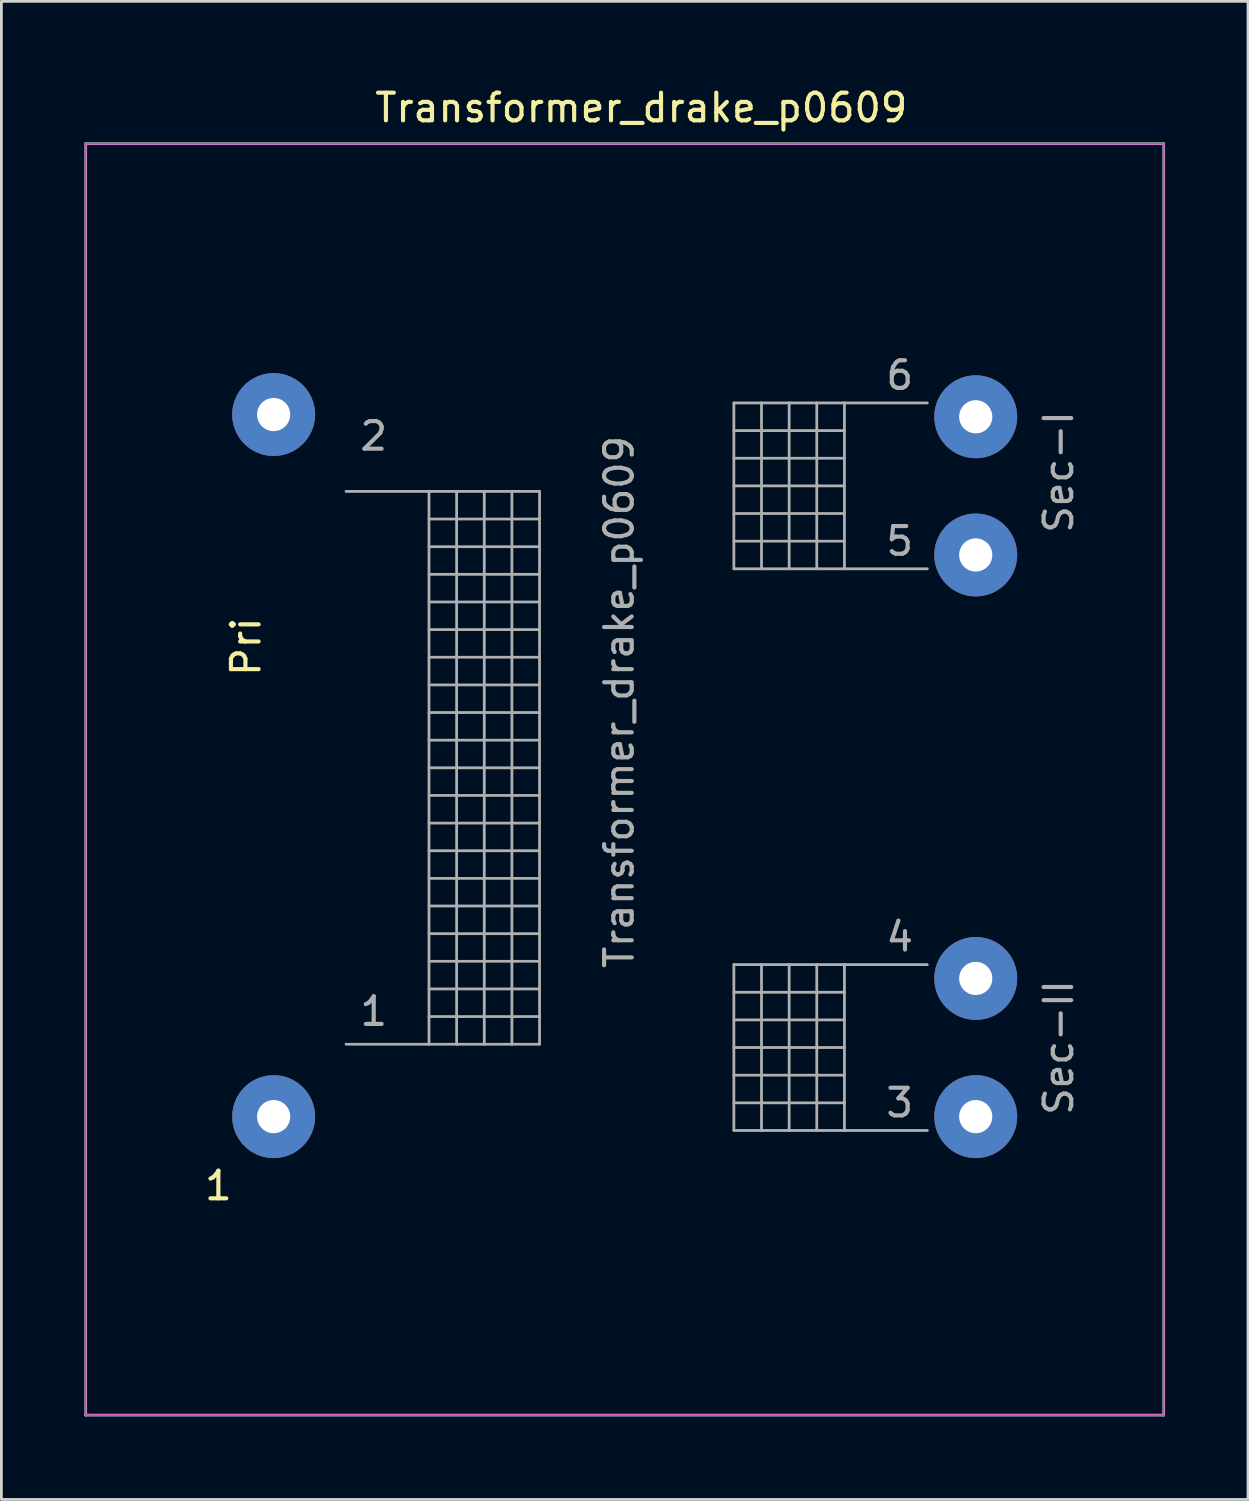
<source format=kicad_pcb>
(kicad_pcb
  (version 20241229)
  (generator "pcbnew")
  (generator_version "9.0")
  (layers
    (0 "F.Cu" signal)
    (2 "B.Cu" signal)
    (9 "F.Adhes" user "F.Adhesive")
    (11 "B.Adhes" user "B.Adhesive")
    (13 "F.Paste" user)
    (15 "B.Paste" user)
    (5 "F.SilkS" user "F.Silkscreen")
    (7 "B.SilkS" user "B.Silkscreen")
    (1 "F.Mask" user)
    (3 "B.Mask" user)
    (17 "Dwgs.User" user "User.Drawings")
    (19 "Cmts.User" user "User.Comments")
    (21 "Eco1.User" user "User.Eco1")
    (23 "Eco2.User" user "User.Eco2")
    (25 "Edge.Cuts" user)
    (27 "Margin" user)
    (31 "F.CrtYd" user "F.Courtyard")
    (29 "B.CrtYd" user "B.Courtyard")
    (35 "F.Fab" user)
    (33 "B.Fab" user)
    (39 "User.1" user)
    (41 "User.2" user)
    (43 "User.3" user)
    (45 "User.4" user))
  (footprint "Transformer_drake_p0609"
    (layer "F.Cu")
    (at 6.85 37.348)
    (property "Reference" "Transformer_drake_p0609" (at 13.3 -36.5 0) (layer "F.SilkS") (effects (font (size 1 1) (thickness 0.15))))
    (attr through_hole)
    (fp_line (start -6.8 -35.2) (end -6.8 10.8) (stroke (width 0.05) (type solid)) (layer "F.CrtYd"))
    (fp_line (start 32.2 -35.2) (end -6.8 -35.2) (stroke (width 0.05) (type solid)) (layer "F.CrtYd"))
    (fp_line (start 32.2 -35.2) (end 32.2 10.8) (stroke (width 0.05) (type solid)) (layer "F.CrtYd"))
    (fp_line (start 32.2 10.8) (end -6.8 10.8) (stroke (width 0.05) (type solid)) (layer "F.CrtYd"))
    (fp_line (start -6.8 10.8) (end -6.8 -35.2) (stroke (width 0.1) (type solid)) (layer "F.Fab"))
    (fp_line (start 2.62 -22.62) (end 5.62 -22.62) (stroke (width 0.1) (type solid)) (layer "F.Fab"))
    (fp_line (start 5.62 -22.62) (end 5.62 -2.62) (stroke (width 0.1) (type solid)) (layer "F.Fab"))
    (fp_line (start 5.62 -22.62) (end 9.62 -22.62) (stroke (width 0.1) (type solid)) (layer "F.Fab"))
    (fp_line (start 5.62 -21.62) (end 9.62 -21.62) (stroke (width 0.1) (type solid)) (layer "F.Fab"))
    (fp_line (start 5.62 -20.62) (end 9.62 -20.62) (stroke (width 0.1) (type solid)) (layer "F.Fab"))
    (fp_line (start 5.62 -19.62) (end 9.62 -19.62) (stroke (width 0.1) (type solid)) (layer "F.Fab"))
    (fp_line (start 5.62 -18.62) (end 9.62 -18.62) (stroke (width 0.1) (type solid)) (layer "F.Fab"))
    (fp_line (start 5.62 -16.62) (end 9.62 -16.62) (stroke (width 0.1) (type solid)) (layer "F.Fab"))
    (fp_line (start 5.62 -15.62) (end 9.62 -15.62) (stroke (width 0.1) (type solid)) (layer "F.Fab"))
    (fp_line (start 5.62 -13.62) (end 9.62 -13.62) (stroke (width 0.1) (type solid)) (layer "F.Fab"))
    (fp_line (start 5.62 -11.62) (end 9.62 -11.62) (stroke (width 0.1) (type solid)) (layer "F.Fab"))
    (fp_line (start 5.62 -9.62) (end 9.62 -9.62) (stroke (width 0.1) (type solid)) (layer "F.Fab"))
    (fp_line (start 5.62 -7.62) (end 9.62 -7.62) (stroke (width 0.1) (type solid)) (layer "F.Fab"))
    (fp_line (start 5.62 -5.62) (end 9.62 -5.62) (stroke (width 0.1) (type solid)) (layer "F.Fab"))
    (fp_line (start 5.62 -3.62) (end 9.62 -3.62) (stroke (width 0.1) (type solid)) (layer "F.Fab"))
    (fp_line (start 5.62 -2.62) (end 2.62 -2.62) (stroke (width 0.1) (type solid)) (layer "F.Fab"))
    (fp_line (start 6.62 -22.62) (end 6.62 -2.62) (stroke (width 0.1) (type solid)) (layer "F.Fab"))
    (fp_line (start 6.62 -2.62) (end 5.62 -2.62) (stroke (width 0.1) (type solid)) (layer "F.Fab"))
    (fp_line (start 7.62 -22.62) (end 7.62 -2.62) (stroke (width 0.1) (type solid)) (layer "F.Fab"))
    (fp_line (start 7.62 -2.62) (end 6.62 -2.62) (stroke (width 0.1) (type solid)) (layer "F.Fab"))
    (fp_line (start 8.62 -22.62) (end 8.62 -2.62) (stroke (width 0.1) (type solid)) (layer "F.Fab"))
    (fp_line (start 8.62 -2.62) (end 7.62 -2.62) (stroke (width 0.1) (type solid)) (layer "F.Fab"))
    (fp_line (start 9.62 -22.62) (end 9.62 -2.62) (stroke (width 0.1) (type solid)) (layer "F.Fab"))
    (fp_line (start 9.62 -17.62) (end 5.62 -17.62) (stroke (width 0.1) (type solid)) (layer "F.Fab"))
    (fp_line (start 9.62 -14.62) (end 5.62 -14.62) (stroke (width 0.1) (type solid)) (layer "F.Fab"))
    (fp_line (start 9.62 -12.62) (end 5.62 -12.62) (stroke (width 0.1) (type solid)) (layer "F.Fab"))
    (fp_line (start 9.62 -10.62) (end 5.62 -10.62) (stroke (width 0.1) (type solid)) (layer "F.Fab"))
    (fp_line (start 9.62 -8.62) (end 5.62 -8.62) (stroke (width 0.1) (type solid)) (layer "F.Fab"))
    (fp_line (start 9.62 -6.62) (end 5.62 -6.62) (stroke (width 0.1) (type solid)) (layer "F.Fab"))
    (fp_line (start 9.62 -4.62) (end 5.62 -4.62) (stroke (width 0.1) (type solid)) (layer "F.Fab"))
    (fp_line (start 9.62 -2.62) (end 8.62 -2.62) (stroke (width 0.1) (type solid)) (layer "F.Fab"))
    (fp_line (start 16.65 -25.82) (end 16.65 -19.82) (stroke (width 0.1) (type solid)) (layer "F.Fab"))
    (fp_line (start 16.65 -24.82) (end 20.65 -24.82) (stroke (width 0.1) (type solid)) (layer "F.Fab"))
    (fp_line (start 16.65 -23.82) (end 20.65 -23.82) (stroke (width 0.1) (type solid)) (layer "F.Fab"))
    (fp_line (start 16.65 -22.82) (end 20.65 -22.82) (stroke (width 0.1) (type solid)) (layer "F.Fab"))
    (fp_line (start 16.65 -21.82) (end 20.65 -21.82) (stroke (width 0.1) (type solid)) (layer "F.Fab"))
    (fp_line (start 16.65 -20.82) (end 20.65 -20.82) (stroke (width 0.1) (type solid)) (layer "F.Fab"))
    (fp_line (start 16.65 -19.82) (end 17.65 -19.82) (stroke (width 0.1) (type solid)) (layer "F.Fab"))
    (fp_line (start 16.65 -5.5) (end 16.65 0.5) (stroke (width 0.1) (type solid)) (layer "F.Fab"))
    (fp_line (start 16.65 -4.5) (end 20.65 -4.5) (stroke (width 0.1) (type solid)) (layer "F.Fab"))
    (fp_line (start 16.65 -3.5) (end 20.65 -3.5) (stroke (width 0.1) (type solid)) (layer "F.Fab"))
    (fp_line (start 16.65 -2.5) (end 20.65 -2.5) (stroke (width 0.1) (type solid)) (layer "F.Fab"))
    (fp_line (start 16.65 -1.5) (end 20.65 -1.5) (stroke (width 0.1) (type solid)) (layer "F.Fab"))
    (fp_line (start 16.65 -0.5) (end 20.65 -0.5) (stroke (width 0.1) (type solid)) (layer "F.Fab"))
    (fp_line (start 16.65 0.5) (end 17.65 0.5) (stroke (width 0.1) (type solid)) (layer "F.Fab"))
    (fp_line (start 17.65 -25.82) (end 16.65 -25.82) (stroke (width 0.1) (type solid)) (layer "F.Fab"))
    (fp_line (start 17.65 -25.82) (end 17.65 -19.82) (stroke (width 0.1) (type solid)) (layer "F.Fab"))
    (fp_line (start 17.65 -19.82) (end 18.65 -19.82) (stroke (width 0.1) (type solid)) (layer "F.Fab"))
    (fp_line (start 17.65 -5.5) (end 16.65 -5.5) (stroke (width 0.1) (type solid)) (layer "F.Fab"))
    (fp_line (start 17.65 -5.5) (end 17.65 0.5) (stroke (width 0.1) (type solid)) (layer "F.Fab"))
    (fp_line (start 17.65 0.5) (end 18.65 0.5) (stroke (width 0.1) (type solid)) (layer "F.Fab"))
    (fp_line (start 18.65 -25.82) (end 17.65 -25.82) (stroke (width 0.1) (type solid)) (layer "F.Fab"))
    (fp_line (start 18.65 -25.82) (end 18.65 -19.82) (stroke (width 0.1) (type solid)) (layer "F.Fab"))
    (fp_line (start 18.65 -19.82) (end 19.65 -19.82) (stroke (width 0.1) (type solid)) (layer "F.Fab"))
    (fp_line (start 18.65 -5.5) (end 17.65 -5.5) (stroke (width 0.1) (type solid)) (layer "F.Fab"))
    (fp_line (start 18.65 -5.5) (end 18.65 0.5) (stroke (width 0.1) (type solid)) (layer "F.Fab"))
    (fp_line (start 18.65 0.5) (end 19.65 0.5) (stroke (width 0.1) (type solid)) (layer "F.Fab"))
    (fp_line (start 19.65 -25.82) (end 18.65 -25.82) (stroke (width 0.1) (type solid)) (layer "F.Fab"))
    (fp_line (start 19.65 -25.82) (end 19.65 -19.82) (stroke (width 0.1) (type solid)) (layer "F.Fab"))
    (fp_line (start 19.65 -19.82) (end 20.65 -19.82) (stroke (width 0.1) (type solid)) (layer "F.Fab"))
    (fp_line (start 19.65 -5.5) (end 18.65 -5.5) (stroke (width 0.1) (type solid)) (layer "F.Fab"))
    (fp_line (start 19.65 -5.5) (end 19.65 0.5) (stroke (width 0.1) (type solid)) (layer "F.Fab"))
    (fp_line (start 19.65 0.5) (end 20.65 0.5) (stroke (width 0.1) (type solid)) (layer "F.Fab"))
    (fp_line (start 20.65 -25.82) (end 19.65 -25.82) (stroke (width 0.1) (type solid)) (layer "F.Fab"))
    (fp_line (start 20.65 -25.82) (end 20.65 -19.82) (stroke (width 0.1) (type solid)) (layer "F.Fab"))
    (fp_line (start 20.65 -19.82) (end 23.65 -19.82) (stroke (width 0.1) (type solid)) (layer "F.Fab"))
    (fp_line (start 20.65 -5.5) (end 19.65 -5.5) (stroke (width 0.1) (type solid)) (layer "F.Fab"))
    (fp_line (start 20.65 -5.5) (end 20.65 0.5) (stroke (width 0.1) (type solid)) (layer "F.Fab"))
    (fp_line (start 20.65 0.5) (end 23.65 0.5) (stroke (width 0.1) (type solid)) (layer "F.Fab"))
    (fp_line (start 23.65 -25.82) (end 20.65 -25.82) (stroke (width 0.1) (type solid)) (layer "F.Fab"))
    (fp_line (start 23.65 -5.5) (end 20.65 -5.5) (stroke (width 0.1) (type solid)) (layer "F.Fab"))
    (fp_line (start 32.2 -35.2) (end -6.8 -35.2) (stroke (width 0.1) (type solid)) (layer "F.Fab"))
    (fp_line (start 32.2 10.8) (end -6.8 10.8) (stroke (width 0.1) (type solid)) (layer "F.Fab"))
    (fp_line (start 32.2 10.8) (end 32.2 -35.2) (stroke (width 0.1) (type solid)) (layer "F.Fab"))
    (fp_text user "Pri" (at -1 -17 90) (layer "F.SilkS") (effects (font (size 1 1) (thickness 0.15))))
    (fp_text user "1" (at -2 2.5 0) (layer "F.SilkS") (effects (font (size 1 1) (thickness 0.15))))
    (fp_text user "Sec-II" (at 28.4 -2.5 90) (layer "F.Fab") (effects (font (size 1 1) (thickness 0.15))))
    (fp_text user "3" (at 22.65 -0.5 0) (layer "F.Fab") (effects (font (size 1 1) (thickness 0.15))))
    (fp_text user "4" (at 22.65 -6.5 0) (layer "F.Fab") (effects (font (size 1 1) (thickness 0.15))))
    (fp_text user "1" (at 3.62 -3.81 0) (layer "F.Fab") (effects (font (size 1 1) (thickness 0.15))))
    (fp_text user "${REFERENCE}" (at 12.5 -15 90) (layer "F.Fab") (effects (font (size 1 1) (thickness 0.15))))
    (fp_text user "Sec-I" (at 28.4 -23.32 90) (layer "F.Fab") (effects (font (size 1 1) (thickness 0.15))))
    (fp_text user "2" (at 3.62 -24.62 0) (layer "F.Fab") (effects (font (size 1 1) (thickness 0.15))))
    (fp_text user "6" (at 22.65 -26.82 0) (layer "F.Fab") (effects (font (size 1 1) (thickness 0.15))))
    (fp_text user "5" (at 22.65 -20.82 0) (layer "F.Fab") (effects (font (size 1 1) (thickness 0.15))))
    (pad "1" thru_hole circle (at 0 0) (size 3 3) (drill 1.2) (layers "*.Cu" "*.Mask"))
    (pad "2" thru_hole circle (at 0 -25.4) (size 3 3) (drill 1.2) (layers "*.Cu" "*.Mask"))
    (pad "3" thru_hole circle (at 25.4 0) (size 3 3) (drill 1.2) (layers "*.Cu" "*.Mask"))
    (pad "4" thru_hole circle (at 25.4 -5) (size 3 3) (drill 1.2) (layers "*.Cu" "*.Mask"))
    (pad "5" thru_hole circle (at 25.4 -20.32) (size 3 3) (drill 1.2) (layers "*.Cu" "*.Mask"))
    (pad "6" thru_hole circle (at 25.4 -25.32) (size 3 3) (drill 1.2) (layers "*.Cu" "*.Mask")))
  (gr_rect
    (start -3 -3)
    (end 42.1 51.198)
    (stroke (width 0.1) (type default))
    (fill no)
    (layer "Edge.Cuts")))
</source>
